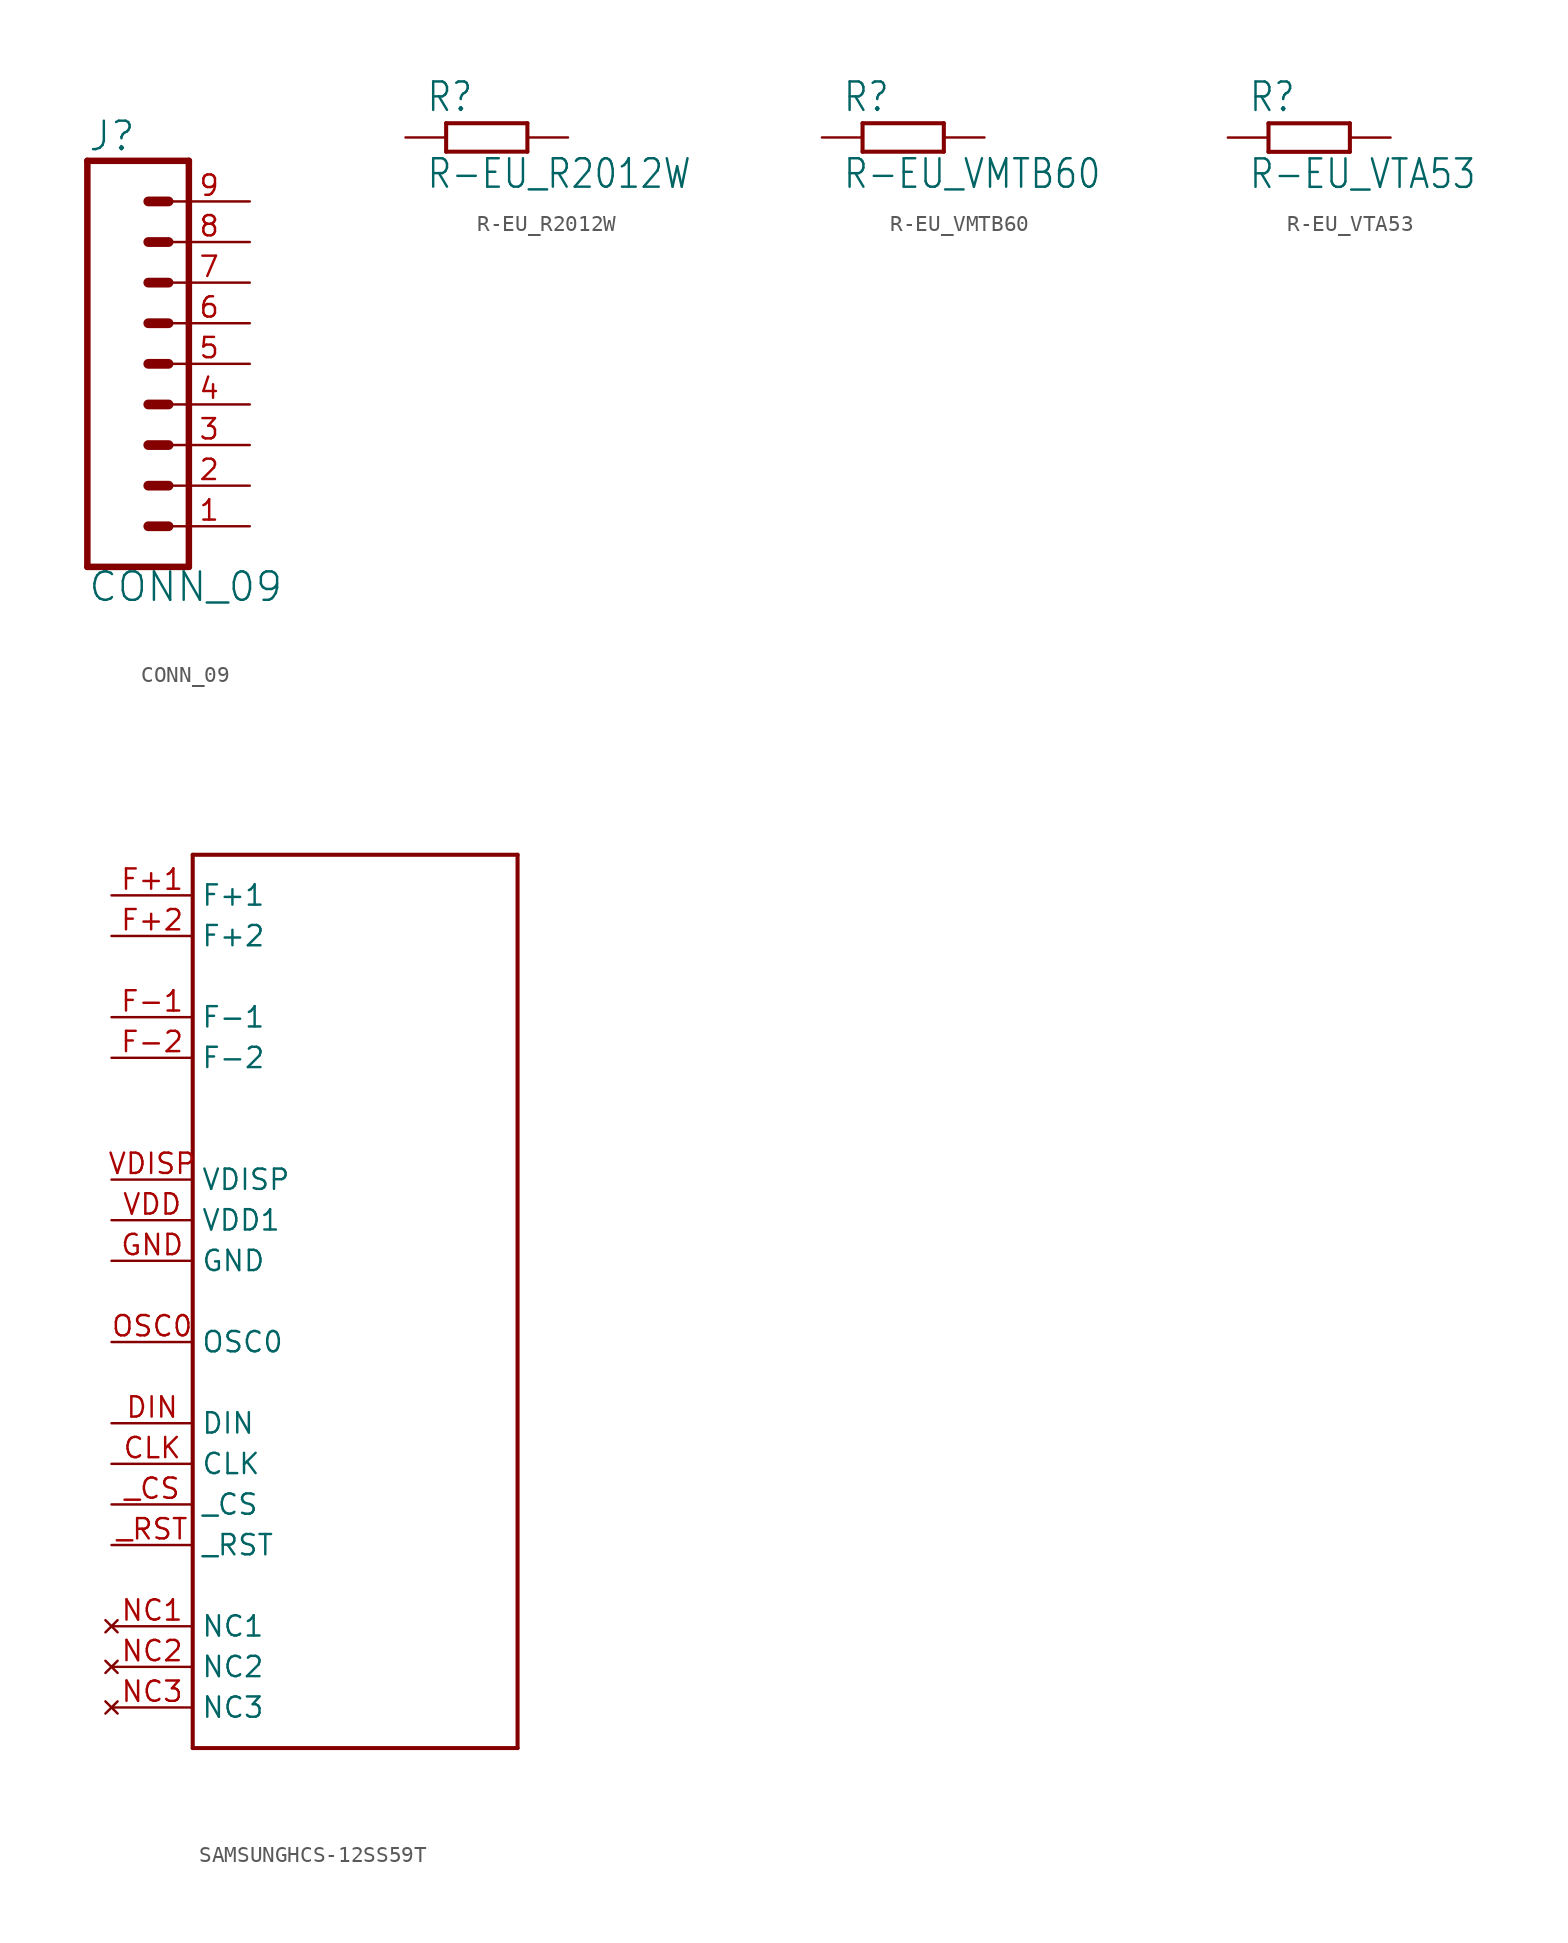
<source format=kicad_sym>
(kicad_symbol_lib
  (version 20211014)
  (generator kicad_symbol_editor)
  (symbol "CONN_09"
    (property "Reference" "J"
      (at 0 13.208 0)
      (effects (font (size 1.778 1.778)) (justify left bottom)))
    (property "Value" "CONN_09"
      (at 0 -14.986 0)
      (effects (font (size 1.778 1.778)) (justify left bottom)))
    (property "ki_locked" ""
      (at 0 0 0)
      (effects (font (size 1.27 1.27))))
    (symbol "CONN_09_1_0"
      (polyline (pts (xy 0 12.7) (xy 0 -12.7)) (stroke (width 0.406) (type default) (color 0 0 0 0)) (fill (type none)))
      (polyline (pts (xy 0 12.7) (xy 6.35 12.7)) (stroke (width 0.406) (type default) (color 0 0 0 0)) (fill (type none)))
      (polyline (pts (xy 3.81 -10.16) (xy 5.08 -10.16)) (stroke (width 0.61) (type default) (color 0 0 0 0)) (fill (type none)))
      (polyline (pts (xy 3.81 -7.62) (xy 5.08 -7.62)) (stroke (width 0.61) (type default) (color 0 0 0 0)) (fill (type none)))
      (polyline (pts (xy 3.81 -5.08) (xy 5.08 -5.08)) (stroke (width 0.61) (type default) (color 0 0 0 0)) (fill (type none)))
      (polyline (pts (xy 3.81 -2.54) (xy 5.08 -2.54)) (stroke (width 0.61) (type default) (color 0 0 0 0)) (fill (type none)))
      (polyline (pts (xy 3.81 0) (xy 5.08 0)) (stroke (width 0.61) (type default) (color 0 0 0 0)) (fill (type none)))
      (polyline (pts (xy 3.81 2.54) (xy 5.08 2.54)) (stroke (width 0.61) (type default) (color 0 0 0 0)) (fill (type none)))
      (polyline (pts (xy 3.81 5.08) (xy 5.08 5.08)) (stroke (width 0.61) (type default) (color 0 0 0 0)) (fill (type none)))
      (polyline (pts (xy 3.81 7.62) (xy 5.08 7.62)) (stroke (width 0.61) (type default) (color 0 0 0 0)) (fill (type none)))
      (polyline (pts (xy 3.81 10.16) (xy 5.08 10.16)) (stroke (width 0.61) (type default) (color 0 0 0 0)) (fill (type none)))
      (polyline (pts (xy 6.35 -12.7) (xy 0 -12.7)) (stroke (width 0.406) (type default) (color 0 0 0 0)) (fill (type none)))
      (polyline (pts (xy 6.35 -12.7) (xy 6.35 12.7)) (stroke (width 0.406) (type default) (color 0 0 0 0)) (fill (type none)))
      (pin passive line (at 10.16 -10.16 180) (length 5.08) (name "1" (effects (font (size 0 0)))) (number "1" (effects (font (size 1.27 1.27)))))
      (pin passive line (at 10.16 -7.62 180) (length 5.08) (name "2" (effects (font (size 0 0)))) (number "2" (effects (font (size 1.27 1.27)))))
      (pin passive line (at 10.16 -5.08 180) (length 5.08) (name "3" (effects (font (size 0 0)))) (number "3" (effects (font (size 1.27 1.27)))))
      (pin passive line (at 10.16 -2.54 180) (length 5.08) (name "4" (effects (font (size 0 0)))) (number "4" (effects (font (size 1.27 1.27)))))
      (pin passive line (at 10.16 0 180) (length 5.08) (name "5" (effects (font (size 0 0)))) (number "5" (effects (font (size 1.27 1.27)))))
      (pin passive line (at 10.16 2.54 180) (length 5.08) (name "6" (effects (font (size 0 0)))) (number "6" (effects (font (size 1.27 1.27)))))
      (pin passive line (at 10.16 5.08 180) (length 5.08) (name "7" (effects (font (size 0 0)))) (number "7" (effects (font (size 1.27 1.27)))))
      (pin passive line (at 10.16 7.62 180) (length 5.08) (name "8" (effects (font (size 0 0)))) (number "8" (effects (font (size 1.27 1.27)))))
      (pin passive line (at 10.16 10.16 180) (length 5.08) (name "9" (effects (font (size 0 0)))) (number "9" (effects (font (size 1.27 1.27)))))))
  (symbol "R-EU_R2012W"
    (property "Reference" "R"
      (at -3.81 1.499 0)
      (effects (font (size 1.778 1.511)) (justify left bottom)))
    (property "Value" "R-EU_R2012W"
      (at -3.81 -3.302 0)
      (effects (font (size 1.778 1.511)) (justify left bottom)))
    (property "ki_locked" ""
      (at 0 0 0)
      (effects (font (size 1.27 1.27))))
    (symbol "R-EU_R2012W_1_0"
      (polyline (pts (xy -2.54 -0.889) (xy -2.54 0.889)) (stroke (width 0.254) (type default) (color 0 0 0 0)) (fill (type none)))
      (polyline (pts (xy -2.54 -0.889) (xy 2.54 -0.889)) (stroke (width 0.254) (type default) (color 0 0 0 0)) (fill (type none)))
      (polyline (pts (xy 2.54 -0.889) (xy 2.54 0.889)) (stroke (width 0.254) (type default) (color 0 0 0 0)) (fill (type none)))
      (polyline (pts (xy 2.54 0.889) (xy -2.54 0.889)) (stroke (width 0.254) (type default) (color 0 0 0 0)) (fill (type none)))
      (pin passive line (at -5.08 0 0) (length 2.54) (name "1" (effects (font (size 0 0)))) (number "1" (effects (font (size 0 0)))))
      (pin passive line (at 5.08 0 180) (length 2.54) (name "2" (effects (font (size 0 0)))) (number "2" (effects (font (size 0 0)))))))
  (symbol "R-EU_VMTB60"
    (property "Reference" "R"
      (at -3.81 1.499 0)
      (effects (font (size 1.778 1.511)) (justify left bottom)))
    (property "Value" "R-EU_VMTB60"
      (at -3.81 -3.302 0)
      (effects (font (size 1.778 1.511)) (justify left bottom)))
    (property "ki_locked" ""
      (at 0 0 0)
      (effects (font (size 1.27 1.27))))
    (symbol "R-EU_VMTB60_1_0"
      (polyline (pts (xy -2.54 -0.889) (xy -2.54 0.889)) (stroke (width 0.254) (type default) (color 0 0 0 0)) (fill (type none)))
      (polyline (pts (xy -2.54 -0.889) (xy 2.54 -0.889)) (stroke (width 0.254) (type default) (color 0 0 0 0)) (fill (type none)))
      (polyline (pts (xy 2.54 -0.889) (xy 2.54 0.889)) (stroke (width 0.254) (type default) (color 0 0 0 0)) (fill (type none)))
      (polyline (pts (xy 2.54 0.889) (xy -2.54 0.889)) (stroke (width 0.254) (type default) (color 0 0 0 0)) (fill (type none)))
      (pin passive line (at -5.08 0 0) (length 2.54) (name "1" (effects (font (size 0 0)))) (number "1" (effects (font (size 0 0)))))
      (pin passive line (at 5.08 0 180) (length 2.54) (name "2" (effects (font (size 0 0)))) (number "2" (effects (font (size 0 0)))))))
  (symbol "R-EU_VTA53"
    (property "Reference" "R"
      (at -3.81 1.499 0)
      (effects (font (size 1.778 1.511)) (justify left bottom)))
    (property "Value" "R-EU_VTA53"
      (at -3.81 -3.302 0)
      (effects (font (size 1.778 1.511)) (justify left bottom)))
    (property "ki_locked" ""
      (at 0 0 0)
      (effects (font (size 1.27 1.27))))
    (symbol "R-EU_VTA53_1_0"
      (polyline (pts (xy -2.54 -0.889) (xy -2.54 0.889)) (stroke (width 0.254) (type default) (color 0 0 0 0)) (fill (type none)))
      (polyline (pts (xy -2.54 -0.889) (xy 2.54 -0.889)) (stroke (width 0.254) (type default) (color 0 0 0 0)) (fill (type none)))
      (polyline (pts (xy 2.54 -0.889) (xy 2.54 0.889)) (stroke (width 0.254) (type default) (color 0 0 0 0)) (fill (type none)))
      (polyline (pts (xy 2.54 0.889) (xy -2.54 0.889)) (stroke (width 0.254) (type default) (color 0 0 0 0)) (fill (type none)))
      (pin passive line (at -5.08 0 0) (length 2.54) (name "1" (effects (font (size 0 0)))) (number "1" (effects (font (size 0 0)))))
      (pin passive line (at 5.08 0 180) (length 2.54) (name "2" (effects (font (size 0 0)))) (number "2" (effects (font (size 0 0)))))))
  (symbol "SAMSUNGHCS-12SS59T"
    (property "Reference" ""
      (at 0 0 0)
      (effects (font (size 1.27 1.27)) hide))
    (property "ki_locked" ""
      (at 0 0 0)
      (effects (font (size 1.27 1.27))))
    (symbol "SAMSUNGHCS-12SS59T_1_0"
      (polyline (pts (xy 5.08 -33.02) (xy 25.4 -33.02)) (stroke (width 0.254) (type default) (color 0 0 0 0)) (fill (type none)))
      (polyline (pts (xy 5.08 22.86) (xy 5.08 -33.02)) (stroke (width 0.254) (type default) (color 0 0 0 0)) (fill (type none)))
      (polyline (pts (xy 25.4 -33.02) (xy 25.4 22.86)) (stroke (width 0.254) (type default) (color 0 0 0 0)) (fill (type none)))
      (polyline (pts (xy 25.4 22.86) (xy 5.08 22.86)) (stroke (width 0.254) (type default) (color 0 0 0 0)) (fill (type none)))
      (pin bidirectional line (at 0 -15.24 0) (length 5.08) (name "CLK" (effects (font (size 1.27 1.27)))) (number "CLK" (effects (font (size 1.27 1.27)))))
      (pin bidirectional line (at 0 -12.7 0) (length 5.08) (name "DIN" (effects (font (size 1.27 1.27)))) (number "DIN" (effects (font (size 1.27 1.27)))))
      (pin power_in line (at 0 20.32 0) (length 5.08) (name "F+1" (effects (font (size 1.27 1.27)))) (number "F+1" (effects (font (size 1.27 1.27)))))
      (pin power_in line (at 0 17.78 0) (length 5.08) (name "F+2" (effects (font (size 1.27 1.27)))) (number "F+2" (effects (font (size 1.27 1.27)))))
      (pin power_in line (at 0 12.7 0) (length 5.08) (name "F-1" (effects (font (size 1.27 1.27)))) (number "F-1" (effects (font (size 1.27 1.27)))))
      (pin power_in line (at 0 10.16 0) (length 5.08) (name "F-2" (effects (font (size 1.27 1.27)))) (number "F-2" (effects (font (size 1.27 1.27)))))
      (pin power_in line (at 0 -2.54 0) (length 5.08) (name "GND" (effects (font (size 1.27 1.27)))) (number "GND" (effects (font (size 1.27 1.27)))))
      (pin no_connect line (at 0 -25.4 0) (length 5.08) (name "NC1" (effects (font (size 1.27 1.27)))) (number "NC1" (effects (font (size 1.27 1.27)))))
      (pin no_connect line (at 0 -27.94 0) (length 5.08) (name "NC2" (effects (font (size 1.27 1.27)))) (number "NC2" (effects (font (size 1.27 1.27)))))
      (pin no_connect line (at 0 -30.48 0) (length 5.08) (name "NC3" (effects (font (size 1.27 1.27)))) (number "NC3" (effects (font (size 1.27 1.27)))))
      (pin bidirectional line (at 0 -7.62 0) (length 5.08) (name "OSC0" (effects (font (size 1.27 1.27)))) (number "OSC0" (effects (font (size 1.27 1.27)))))
      (pin power_in line (at 0 0 0) (length 5.08) (name "VDD1" (effects (font (size 1.27 1.27)))) (number "VDD" (effects (font (size 1.27 1.27)))))
      (pin power_in line (at 0 2.54 0) (length 5.08) (name "VDISP" (effects (font (size 1.27 1.27)))) (number "VDISP" (effects (font (size 1.27 1.27)))))
      (pin bidirectional line (at 0 -17.78 0) (length 5.08) (name "_CS" (effects (font (size 1.27 1.27)))) (number "_CS" (effects (font (size 1.27 1.27)))))
      (pin bidirectional line (at 0 -20.32 0) (length 5.08) (name "_RST" (effects (font (size 1.27 1.27)))) (number "_RST" (effects (font (size 1.27 1.27))))))))
</source>
